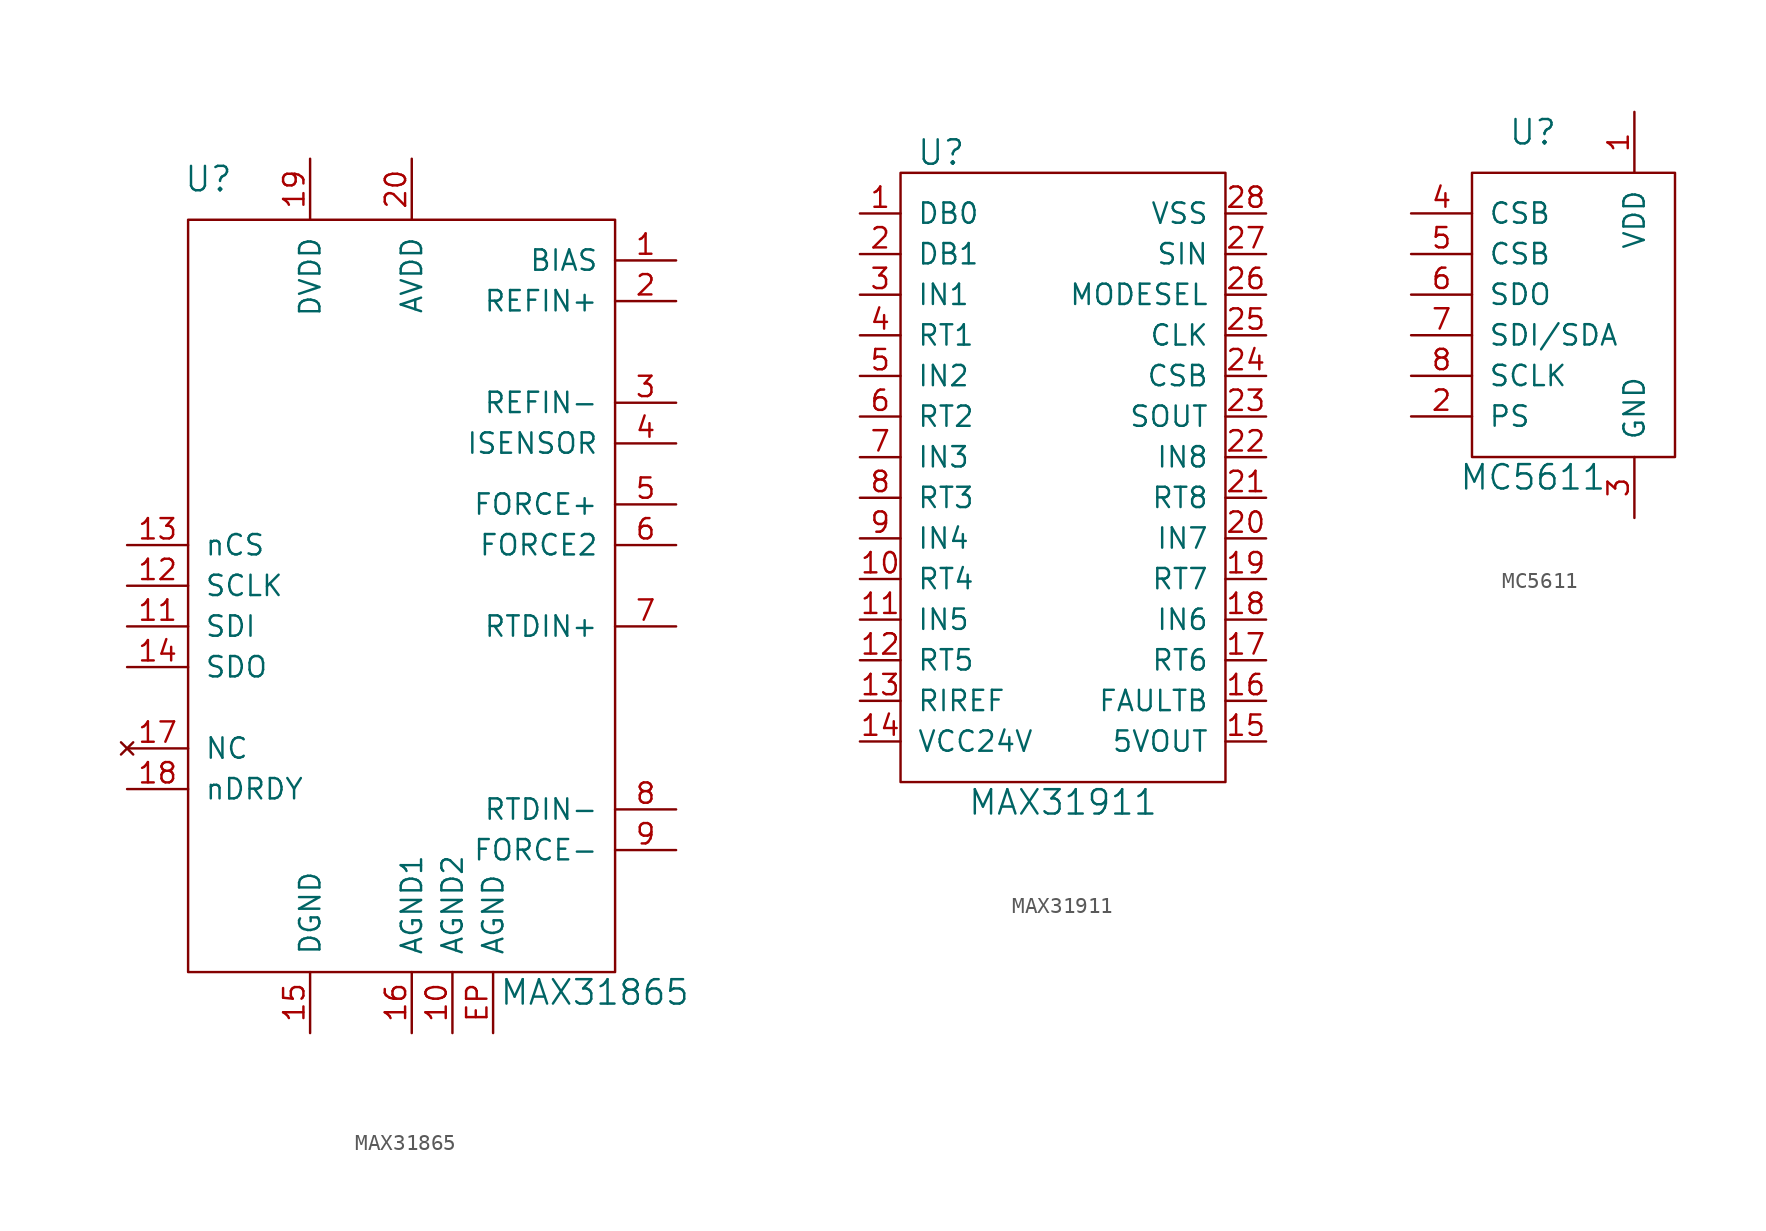
<source format=kicad_sym>
(kicad_symbol_lib
  (version 20210619)
  (generator kicad_symbol_editor)
  (symbol "tinkerforge:MAX31865"
    (pin_names
      (offset 1.016))
    (property "Reference" "U"
      (at -11.43 26.67 0)
      (effects (font (size 1.524 1.524))))
    (property "Value" "MAX31865"
      (at 12.7 -24.13 0)
      (effects (font (size 1.524 1.524))))
    (property "Footprint" ""
      (at 0 0 0)
      (effects (font (size 1.524 1.524))))
    (property "Datasheet" ""
      (at 0 0 0)
      (effects (font (size 1.524 1.524))))
    (symbol "MAX31865_0_1"
      (rectangle (start -12.7 24.13) (end 13.97 -22.86) (stroke (width 0)) (fill (type none))))
    (symbol "MAX31865_1_1"
      (pin passive line (at 17.78 21.59 180) (length 3.81) (name "BIAS" (effects (font (size 1.27 1.27)))) (number "1" (effects (font (size 1.27 1.27)))))
      (pin passive line (at 3.81 -26.67 90) (length 3.81) (name "AGND2" (effects (font (size 1.27 1.27)))) (number "10" (effects (font (size 1.27 1.27)))))
      (pin passive line (at -16.51 -1.27 0) (length 3.81) (name "SDI" (effects (font (size 1.27 1.27)))) (number "11" (effects (font (size 1.27 1.27)))))
      (pin passive line (at -16.51 1.27 0) (length 3.81) (name "SCLK" (effects (font (size 1.27 1.27)))) (number "12" (effects (font (size 1.27 1.27)))))
      (pin passive line (at -16.51 3.81 0) (length 3.81) (name "nCS" (effects (font (size 1.27 1.27)))) (number "13" (effects (font (size 1.27 1.27)))))
      (pin passive line (at -16.51 -3.81 0) (length 3.81) (name "SDO" (effects (font (size 1.27 1.27)))) (number "14" (effects (font (size 1.27 1.27)))))
      (pin passive line (at -5.08 -26.67 90) (length 3.81) (name "DGND" (effects (font (size 1.27 1.27)))) (number "15" (effects (font (size 1.27 1.27)))))
      (pin passive line (at 1.27 -26.67 90) (length 3.81) (name "AGND1" (effects (font (size 1.27 1.27)))) (number "16" (effects (font (size 1.27 1.27)))))
      (pin no_connect line (at -16.51 -8.89 0) (length 3.81) (name "NC" (effects (font (size 1.27 1.27)))) (number "17" (effects (font (size 1.27 1.27)))))
      (pin passive line (at -16.51 -11.43 0) (length 3.81) (name "nDRDY" (effects (font (size 1.27 1.27)))) (number "18" (effects (font (size 1.27 1.27)))))
      (pin passive line (at -5.08 27.94 270) (length 3.81) (name "DVDD" (effects (font (size 1.27 1.27)))) (number "19" (effects (font (size 1.27 1.27)))))
      (pin passive line (at 17.78 19.05 180) (length 3.81) (name "REFIN+" (effects (font (size 1.27 1.27)))) (number "2" (effects (font (size 1.27 1.27)))))
      (pin passive line (at 1.27 27.94 270) (length 3.81) (name "AVDD" (effects (font (size 1.27 1.27)))) (number "20" (effects (font (size 1.27 1.27)))))
      (pin passive line (at 17.78 12.7 180) (length 3.81) (name "REFIN-" (effects (font (size 1.27 1.27)))) (number "3" (effects (font (size 1.27 1.27)))))
      (pin passive line (at 17.78 10.16 180) (length 3.81) (name "ISENSOR" (effects (font (size 1.27 1.27)))) (number "4" (effects (font (size 1.27 1.27)))))
      (pin passive line (at 17.78 6.35 180) (length 3.81) (name "FORCE+" (effects (font (size 1.27 1.27)))) (number "5" (effects (font (size 1.27 1.27)))))
      (pin passive line (at 17.78 3.81 180) (length 3.81) (name "FORCE2" (effects (font (size 1.27 1.27)))) (number "6" (effects (font (size 1.27 1.27)))))
      (pin passive line (at 17.78 -1.27 180) (length 3.81) (name "RTDIN+" (effects (font (size 1.27 1.27)))) (number "7" (effects (font (size 1.27 1.27)))))
      (pin passive line (at 17.78 -12.7 180) (length 3.81) (name "RTDIN-" (effects (font (size 1.27 1.27)))) (number "8" (effects (font (size 1.27 1.27)))))
      (pin passive line (at 17.78 -15.24 180) (length 3.81) (name "FORCE-" (effects (font (size 1.27 1.27)))) (number "9" (effects (font (size 1.27 1.27)))))
      (pin passive line (at 6.35 -26.67 90) (length 3.81) (name "AGND" (effects (font (size 1.27 1.27)))) (number "EP" (effects (font (size 1.27 1.27)))))))
  (symbol "tinkerforge:MAX31911"
    (pin_names
      (offset 1.016))
    (property "Reference" "U"
      (at -7.62 20.32 0)
      (effects (font (size 1.524 1.524))))
    (property "Value" "MAX31911"
      (at 0 -20.32 0)
      (effects (font (size 1.524 1.524))))
    (symbol "MAX31911_0_1"
      (rectangle (start -10.16 19.05) (end 10.16 -19.05) (stroke (width 0)) (fill (type none))))
    (symbol "MAX31911_1_1"
      (pin passive line (at -12.7 16.51 0) (length 2.54) (name "DB0" (effects (font (size 1.27 1.27)))) (number "1" (effects (font (size 1.27 1.27)))))
      (pin passive line (at -12.7 -6.35 0) (length 2.54) (name "RT4" (effects (font (size 1.27 1.27)))) (number "10" (effects (font (size 1.27 1.27)))))
      (pin passive line (at -12.7 -8.89 0) (length 2.54) (name "IN5" (effects (font (size 1.27 1.27)))) (number "11" (effects (font (size 1.27 1.27)))))
      (pin passive line (at -12.7 -11.43 0) (length 2.54) (name "RT5" (effects (font (size 1.27 1.27)))) (number "12" (effects (font (size 1.27 1.27)))))
      (pin passive line (at -12.7 -13.97 0) (length 2.54) (name "RIREF" (effects (font (size 1.27 1.27)))) (number "13" (effects (font (size 1.27 1.27)))))
      (pin passive line (at -12.7 -16.51 0) (length 2.54) (name "VCC24V" (effects (font (size 1.27 1.27)))) (number "14" (effects (font (size 1.27 1.27)))))
      (pin passive line (at 12.7 -16.51 180) (length 2.54) (name "5VOUT" (effects (font (size 1.27 1.27)))) (number "15" (effects (font (size 1.27 1.27)))))
      (pin passive line (at 12.7 -13.97 180) (length 2.54) (name "FAULTB" (effects (font (size 1.27 1.27)))) (number "16" (effects (font (size 1.27 1.27)))))
      (pin passive line (at 12.7 -11.43 180) (length 2.54) (name "RT6" (effects (font (size 1.27 1.27)))) (number "17" (effects (font (size 1.27 1.27)))))
      (pin passive line (at 12.7 -8.89 180) (length 2.54) (name "IN6" (effects (font (size 1.27 1.27)))) (number "18" (effects (font (size 1.27 1.27)))))
      (pin passive line (at 12.7 -6.35 180) (length 2.54) (name "RT7" (effects (font (size 1.27 1.27)))) (number "19" (effects (font (size 1.27 1.27)))))
      (pin passive line (at -12.7 13.97 0) (length 2.54) (name "DB1" (effects (font (size 1.27 1.27)))) (number "2" (effects (font (size 1.27 1.27)))))
      (pin passive line (at 12.7 -3.81 180) (length 2.54) (name "IN7" (effects (font (size 1.27 1.27)))) (number "20" (effects (font (size 1.27 1.27)))))
      (pin passive line (at 12.7 -1.27 180) (length 2.54) (name "RT8" (effects (font (size 1.27 1.27)))) (number "21" (effects (font (size 1.27 1.27)))))
      (pin passive line (at 12.7 1.27 180) (length 2.54) (name "IN8" (effects (font (size 1.27 1.27)))) (number "22" (effects (font (size 1.27 1.27)))))
      (pin passive line (at 12.7 3.81 180) (length 2.54) (name "SOUT" (effects (font (size 1.27 1.27)))) (number "23" (effects (font (size 1.27 1.27)))))
      (pin passive line (at 12.7 6.35 180) (length 2.54) (name "CSB" (effects (font (size 1.27 1.27)))) (number "24" (effects (font (size 1.27 1.27)))))
      (pin passive line (at 12.7 8.89 180) (length 2.54) (name "CLK" (effects (font (size 1.27 1.27)))) (number "25" (effects (font (size 1.27 1.27)))))
      (pin passive line (at 12.7 11.43 180) (length 2.54) (name "MODESEL" (effects (font (size 1.27 1.27)))) (number "26" (effects (font (size 1.27 1.27)))))
      (pin passive line (at 12.7 13.97 180) (length 2.54) (name "SIN" (effects (font (size 1.27 1.27)))) (number "27" (effects (font (size 1.27 1.27)))))
      (pin passive line (at 12.7 16.51 180) (length 2.54) (name "VSS" (effects (font (size 1.27 1.27)))) (number "28" (effects (font (size 1.27 1.27)))))
      (pin passive line (at -12.7 11.43 0) (length 2.54) (name "IN1" (effects (font (size 1.27 1.27)))) (number "3" (effects (font (size 1.27 1.27)))))
      (pin passive line (at -12.7 8.89 0) (length 2.54) (name "RT1" (effects (font (size 1.27 1.27)))) (number "4" (effects (font (size 1.27 1.27)))))
      (pin passive line (at -12.7 6.35 0) (length 2.54) (name "IN2" (effects (font (size 1.27 1.27)))) (number "5" (effects (font (size 1.27 1.27)))))
      (pin passive line (at -12.7 3.81 0) (length 2.54) (name "RT2" (effects (font (size 1.27 1.27)))) (number "6" (effects (font (size 1.27 1.27)))))
      (pin passive line (at -12.7 1.27 0) (length 2.54) (name "IN3" (effects (font (size 1.27 1.27)))) (number "7" (effects (font (size 1.27 1.27)))))
      (pin passive line (at -12.7 -1.27 0) (length 2.54) (name "RT3" (effects (font (size 1.27 1.27)))) (number "8" (effects (font (size 1.27 1.27)))))
      (pin passive line (at -12.7 -3.81 0) (length 2.54) (name "IN4" (effects (font (size 1.27 1.27)))) (number "9" (effects (font (size 1.27 1.27)))))))
  (symbol "tinkerforge:MC5611"
    (pin_names
      (offset 1.016))
    (property "Reference" "U"
      (at -6.35 11.43 0)
      (effects (font (size 1.524 1.524))))
    (property "Value" "MC5611"
      (at -6.35 -10.16 0)
      (effects (font (size 1.524 1.524))))
    (property "Footprint" ""
      (at 0 0 0)
      (effects (font (size 1.524 1.524))))
    (property "Datasheet" ""
      (at 0 0 0)
      (effects (font (size 1.524 1.524))))
    (symbol "MC5611_0_1"
      (rectangle (start -10.16 8.89) (end 2.54 -8.89) (stroke (width 0)) (fill (type none))))
    (symbol "MC5611_1_1"
      (pin passive line (at 0 12.7 270) (length 3.81) (name "VDD" (effects (font (size 1.27 1.27)))) (number "1" (effects (font (size 1.27 1.27)))))
      (pin passive line (at -13.97 -6.35 0) (length 3.81) (name "PS" (effects (font (size 1.27 1.27)))) (number "2" (effects (font (size 1.27 1.27)))))
      (pin passive line (at 0 -12.7 90) (length 3.81) (name "GND" (effects (font (size 1.27 1.27)))) (number "3" (effects (font (size 1.27 1.27)))))
      (pin passive line (at -13.97 6.35 0) (length 3.81) (name "CSB" (effects (font (size 1.27 1.27)))) (number "4" (effects (font (size 1.27 1.27)))))
      (pin passive line (at -13.97 3.81 0) (length 3.81) (name "CSB" (effects (font (size 1.27 1.27)))) (number "5" (effects (font (size 1.27 1.27)))))
      (pin passive line (at -13.97 1.27 0) (length 3.81) (name "SDO" (effects (font (size 1.27 1.27)))) (number "6" (effects (font (size 1.27 1.27)))))
      (pin passive line (at -13.97 -1.27 0) (length 3.81) (name "SDI/SDA" (effects (font (size 1.27 1.27)))) (number "7" (effects (font (size 1.27 1.27)))))
      (pin passive line (at -13.97 -3.81 0) (length 3.81) (name "SCLK" (effects (font (size 1.27 1.27)))) (number "8" (effects (font (size 1.27 1.27))))))))
</source>
